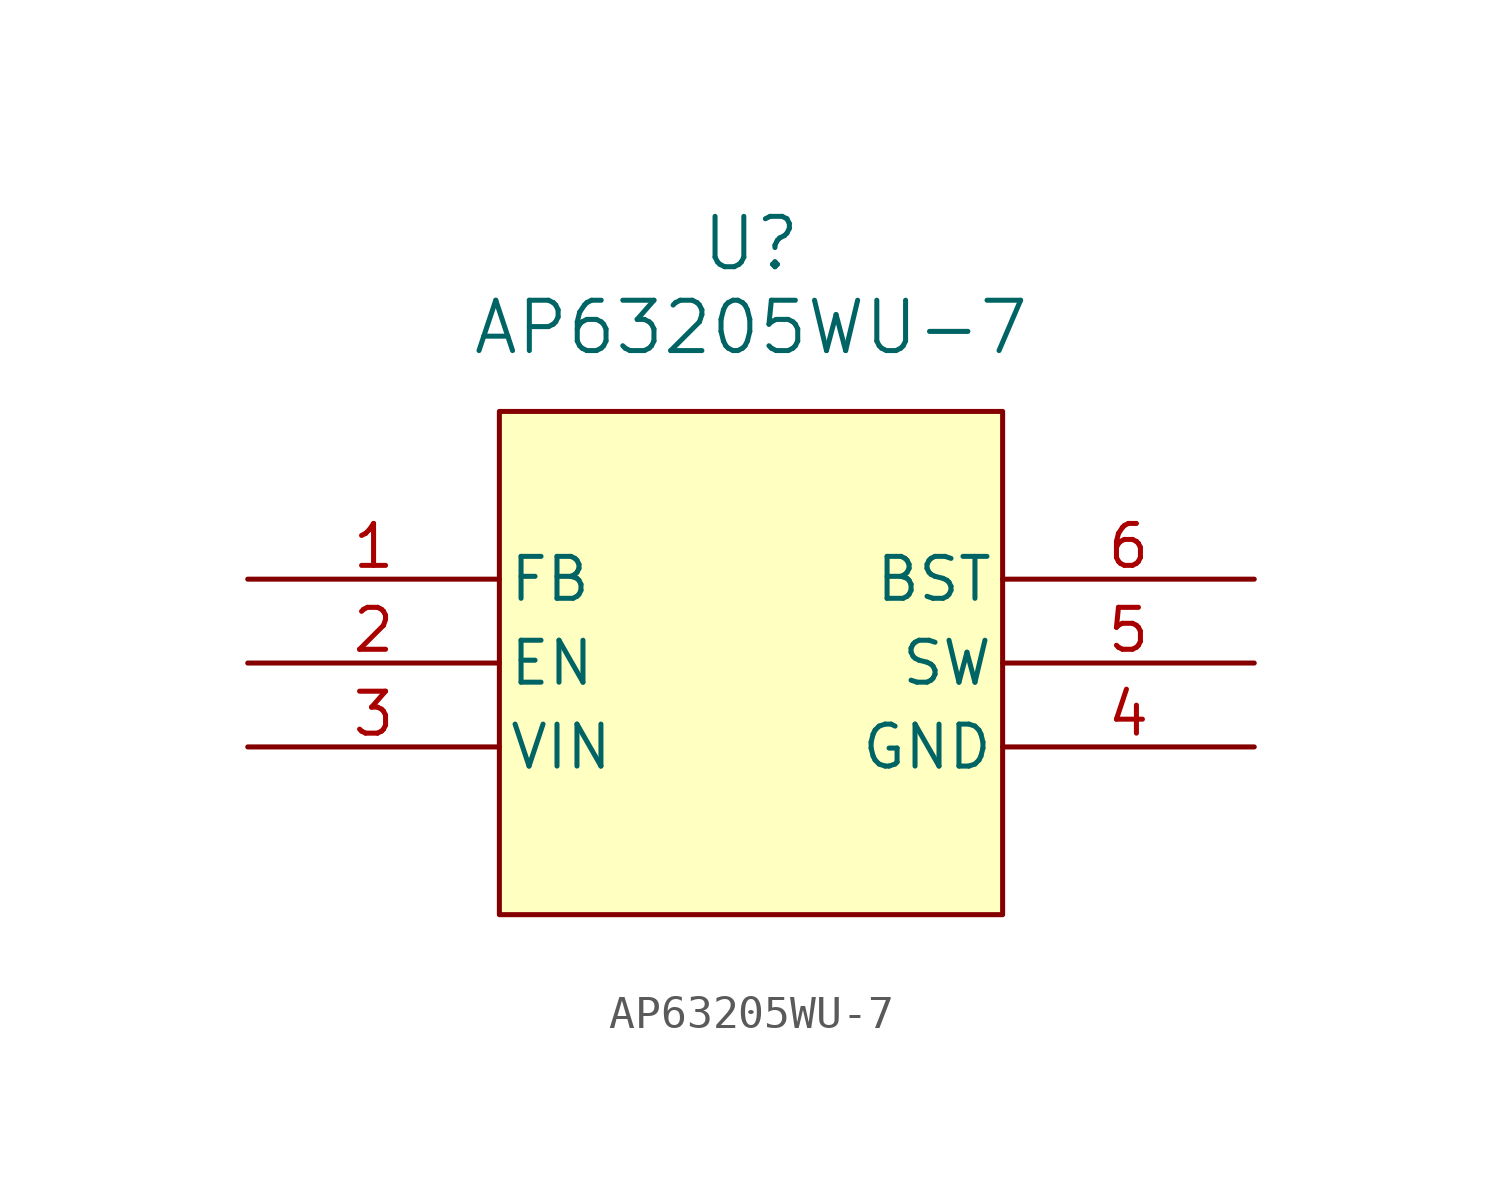
<source format=kicad_sym>
(kicad_symbol_lib
  (version 20220914)
  (generator kicad_symbol_editor)
  (symbol "AP63205WU-7"
    (pin_names
      (offset 0.254))
    (property "Reference" "U"
      (at 0 12.7 0)
      (effects (font (size 1.524 1.524))))
    (property "Value" "AP63205WU-7"
      (at 0 10.16 0)
      (effects (font (size 1.524 1.524))))
    (symbol "AP63205WU-7_1_1"
      (rectangle (start -7.62 7.62) (end 7.62 -7.62) (stroke (width 0) (type default)) (fill (type background)))
      (pin unspecified line (at -15.24 2.54 0) (length 7.62) (name "FB" (effects (font (size 1.27 1.27)))) (number "1" (effects (font (size 1.27 1.27)))))
      (pin input line (at -15.24 0 0) (length 7.62) (name "EN" (effects (font (size 1.27 1.27)))) (number "2" (effects (font (size 1.27 1.27)))))
      (pin power_in line (at -15.24 -2.54 0) (length 7.62) (name "VIN" (effects (font (size 1.27 1.27)))) (number "3" (effects (font (size 1.27 1.27)))))
      (pin power_out line (at 15.24 -2.54 180) (length 7.62) (name "GND" (effects (font (size 1.27 1.27)))) (number "4" (effects (font (size 1.27 1.27)))))
      (pin power_out line (at 15.24 0 180) (length 7.62) (name "SW" (effects (font (size 1.27 1.27)))) (number "5" (effects (font (size 1.27 1.27)))))
      (pin input line (at 15.24 2.54 180) (length 7.62) (name "BST" (effects (font (size 1.27 1.27)))) (number "6" (effects (font (size 1.27 1.27))))))))
</source>
